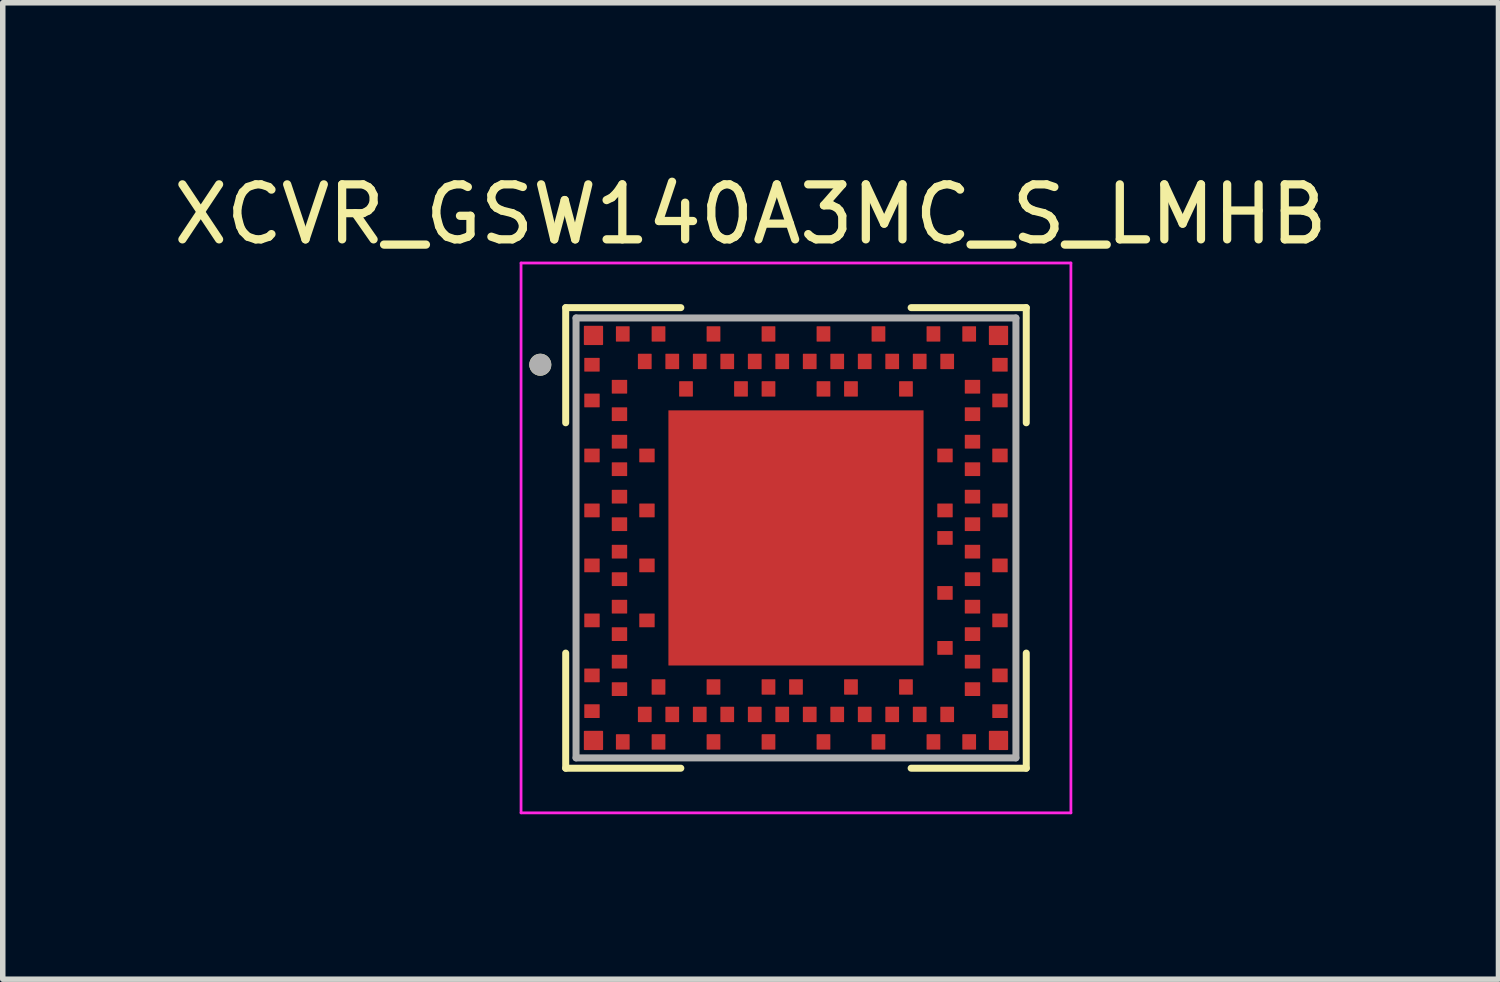
<source format=kicad_pcb>
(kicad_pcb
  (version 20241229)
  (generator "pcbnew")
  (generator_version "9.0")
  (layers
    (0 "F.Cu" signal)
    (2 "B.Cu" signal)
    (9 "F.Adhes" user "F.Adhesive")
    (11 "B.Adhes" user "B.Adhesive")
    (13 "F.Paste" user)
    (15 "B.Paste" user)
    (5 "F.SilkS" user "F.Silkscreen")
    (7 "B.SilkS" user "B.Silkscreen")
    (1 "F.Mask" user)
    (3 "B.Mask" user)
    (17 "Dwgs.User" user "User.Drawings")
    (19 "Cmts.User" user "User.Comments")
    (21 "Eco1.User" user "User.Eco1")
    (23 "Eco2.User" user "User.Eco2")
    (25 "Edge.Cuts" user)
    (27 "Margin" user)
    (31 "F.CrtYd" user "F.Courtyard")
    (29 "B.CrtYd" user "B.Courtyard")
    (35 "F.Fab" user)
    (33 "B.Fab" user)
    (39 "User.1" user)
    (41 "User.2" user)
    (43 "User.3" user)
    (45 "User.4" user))
  (footprint "XCVR_GSW140A3MC_S_LMHB"
    (layer "F.Cu")
    (at 11.426 6.733)
    (property "Reference" "XCVR_GSW140A3MC_S_LMHB" (at -0.825 -5.885 0) (layer "F.SilkS") (effects (font (size 1 1) (thickness 0.15))))
    (attr smd)
    (fp_line (start -4.188 -4.188) (end -4.188 -2.094) (stroke (width 0.127) (type solid)) (layer "F.SilkS"))
    (fp_line (start -4.188 -4.188) (end -2.094 -4.188) (stroke (width 0.127) (type solid)) (layer "F.SilkS"))
    (fp_line (start -4.188 4.188) (end -4.188 2.094) (stroke (width 0.127) (type solid)) (layer "F.SilkS"))
    (fp_line (start -4.188 4.188) (end -2.094 4.188) (stroke (width 0.127) (type solid)) (layer "F.SilkS"))
    (fp_line (start 4.188 -4.188) (end 2.094 -4.188) (stroke (width 0.127) (type solid)) (layer "F.SilkS"))
    (fp_line (start 4.188 -4.188) (end 4.188 -2.094) (stroke (width 0.127) (type solid)) (layer "F.SilkS"))
    (fp_line (start 4.188 4.188) (end 2.094 4.188) (stroke (width 0.127) (type solid)) (layer "F.SilkS"))
    (fp_line (start 4.188 4.188) (end 4.188 2.094) (stroke (width 0.127) (type solid)) (layer "F.SilkS"))
    (fp_circle (center -4.65 -3.15) (end -4.55 -3.15) (stroke (width 0.2) (type solid)) (fill no) (layer "F.SilkS"))
    (fp_circle (center -3.71 -3.15) (end -3.64 -3.15) (stroke (width 0.14) (type solid)) (fill no) (layer "F.Paste"))
    (fp_circle (center -3.71 -2.5) (end -3.64 -2.5) (stroke (width 0.14) (type solid)) (fill no) (layer "F.Paste"))
    (fp_circle (center -3.71 -1.5) (end -3.64 -1.5) (stroke (width 0.14) (type solid)) (fill no) (layer "F.Paste"))
    (fp_circle (center -3.71 -0.5) (end -3.64 -0.5) (stroke (width 0.14) (type solid)) (fill no) (layer "F.Paste"))
    (fp_circle (center -3.71 0.5) (end -3.64 0.5) (stroke (width 0.14) (type solid)) (fill no) (layer "F.Paste"))
    (fp_circle (center -3.71 1.5) (end -3.64 1.5) (stroke (width 0.14) (type solid)) (fill no) (layer "F.Paste"))
    (fp_circle (center -3.71 2.5) (end -3.64 2.5) (stroke (width 0.14) (type solid)) (fill no) (layer "F.Paste"))
    (fp_circle (center -3.71 3.15) (end -3.64 3.15) (stroke (width 0.14) (type solid)) (fill no) (layer "F.Paste"))
    (fp_circle (center -3.683 -3.683) (end -3.591 -3.683) (stroke (width 0.185) (type solid)) (fill no) (layer "F.Paste"))
    (fp_circle (center -3.683 3.683) (end -3.591 3.683) (stroke (width 0.185) (type solid)) (fill no) (layer "F.Paste"))
    (fp_circle (center -3.21 -2.75) (end -3.14 -2.75) (stroke (width 0.14) (type solid)) (fill no) (layer "F.Paste"))
    (fp_circle (center -3.21 -2.25) (end -3.14 -2.25) (stroke (width 0.14) (type solid)) (fill no) (layer "F.Paste"))
    (fp_circle (center -3.21 -1.75) (end -3.14 -1.75) (stroke (width 0.14) (type solid)) (fill no) (layer "F.Paste"))
    (fp_circle (center -3.21 -1.25) (end -3.14 -1.25) (stroke (width 0.14) (type solid)) (fill no) (layer "F.Paste"))
    (fp_circle (center -3.21 -0.75) (end -3.14 -0.75) (stroke (width 0.14) (type solid)) (fill no) (layer "F.Paste"))
    (fp_circle (center -3.21 -0.25) (end -3.14 -0.25) (stroke (width 0.14) (type solid)) (fill no) (layer "F.Paste"))
    (fp_circle (center -3.21 0.25) (end -3.14 0.25) (stroke (width 0.14) (type solid)) (fill no) (layer "F.Paste"))
    (fp_circle (center -3.21 0.75) (end -3.14 0.75) (stroke (width 0.14) (type solid)) (fill no) (layer "F.Paste"))
    (fp_circle (center -3.21 1.25) (end -3.14 1.25) (stroke (width 0.14) (type solid)) (fill no) (layer "F.Paste"))
    (fp_circle (center -3.21 1.75) (end -3.14 1.75) (stroke (width 0.14) (type solid)) (fill no) (layer "F.Paste"))
    (fp_circle (center -3.21 2.25) (end -3.14 2.25) (stroke (width 0.14) (type solid)) (fill no) (layer "F.Paste"))
    (fp_circle (center -3.21 2.75) (end -3.14 2.75) (stroke (width 0.14) (type solid)) (fill no) (layer "F.Paste"))
    (fp_circle (center -3.15 -3.71) (end -3.08 -3.71) (stroke (width 0.14) (type solid)) (fill no) (layer "F.Paste"))
    (fp_circle (center -3.15 3.71) (end -3.08 3.71) (stroke (width 0.14) (type solid)) (fill no) (layer "F.Paste"))
    (fp_circle (center -2.75 -3.21) (end -2.68 -3.21) (stroke (width 0.14) (type solid)) (fill no) (layer "F.Paste"))
    (fp_circle (center -2.75 3.21) (end -2.68 3.21) (stroke (width 0.14) (type solid)) (fill no) (layer "F.Paste"))
    (fp_circle (center -2.71 -1.5) (end -2.64 -1.5) (stroke (width 0.14) (type solid)) (fill no) (layer "F.Paste"))
    (fp_circle (center -2.71 -0.5) (end -2.64 -0.5) (stroke (width 0.14) (type solid)) (fill no) (layer "F.Paste"))
    (fp_circle (center -2.71 0.5) (end -2.64 0.5) (stroke (width 0.14) (type solid)) (fill no) (layer "F.Paste"))
    (fp_circle (center -2.71 1.5) (end -2.64 1.5) (stroke (width 0.14) (type solid)) (fill no) (layer "F.Paste"))
    (fp_circle (center -2.5 -3.71) (end -2.43 -3.71) (stroke (width 0.14) (type solid)) (fill no) (layer "F.Paste"))
    (fp_circle (center -2.5 2.71) (end -2.43 2.71) (stroke (width 0.14) (type solid)) (fill no) (layer "F.Paste"))
    (fp_circle (center -2.5 3.71) (end -2.43 3.71) (stroke (width 0.14) (type solid)) (fill no) (layer "F.Paste"))
    (fp_circle (center -2.25 -3.21) (end -2.18 -3.21) (stroke (width 0.14) (type solid)) (fill no) (layer "F.Paste"))
    (fp_circle (center -2.25 3.21) (end -2.18 3.21) (stroke (width 0.14) (type solid)) (fill no) (layer "F.Paste"))
    (fp_circle (center -2 -2.71) (end -1.93 -2.71) (stroke (width 0.14) (type solid)) (fill no) (layer "F.Paste"))
    (fp_circle (center -1.75 -3.21) (end -1.68 -3.21) (stroke (width 0.14) (type solid)) (fill no) (layer "F.Paste"))
    (fp_circle (center -1.75 3.21) (end -1.68 3.21) (stroke (width 0.14) (type solid)) (fill no) (layer "F.Paste"))
    (fp_circle (center -1.5 -3.71) (end -1.43 -3.71) (stroke (width 0.14) (type solid)) (fill no) (layer "F.Paste"))
    (fp_circle (center -1.5 2.71) (end -1.43 2.71) (stroke (width 0.14) (type solid)) (fill no) (layer "F.Paste"))
    (fp_circle (center -1.5 3.71) (end -1.43 3.71) (stroke (width 0.14) (type solid)) (fill no) (layer "F.Paste"))
    (fp_circle (center -1.25 -3.21) (end -1.18 -3.21) (stroke (width 0.14) (type solid)) (fill no) (layer "F.Paste"))
    (fp_circle (center -1.25 3.21) (end -1.18 3.21) (stroke (width 0.14) (type solid)) (fill no) (layer "F.Paste"))
    (fp_circle (center -1 -2.71) (end -0.93 -2.71) (stroke (width 0.14) (type solid)) (fill no) (layer "F.Paste"))
    (fp_circle (center -0.75 -3.21) (end -0.68 -3.21) (stroke (width 0.14) (type solid)) (fill no) (layer "F.Paste"))
    (fp_circle (center -0.75 3.21) (end -0.68 3.21) (stroke (width 0.14) (type solid)) (fill no) (layer "F.Paste"))
    (fp_circle (center -0.5 -3.71) (end -0.43 -3.71) (stroke (width 0.14) (type solid)) (fill no) (layer "F.Paste"))
    (fp_circle (center -0.5 -2.71) (end -0.43 -2.71) (stroke (width 0.14) (type solid)) (fill no) (layer "F.Paste"))
    (fp_circle (center -0.5 2.71) (end -0.43 2.71) (stroke (width 0.14) (type solid)) (fill no) (layer "F.Paste"))
    (fp_circle (center -0.5 3.71) (end -0.43 3.71) (stroke (width 0.14) (type solid)) (fill no) (layer "F.Paste"))
    (fp_circle (center -0.25 -3.21) (end -0.18 -3.21) (stroke (width 0.14) (type solid)) (fill no) (layer "F.Paste"))
    (fp_circle (center -0.25 3.21) (end -0.18 3.21) (stroke (width 0.14) (type solid)) (fill no) (layer "F.Paste"))
    (fp_circle (center 0 2.71) (end 0.07 2.71) (stroke (width 0.14) (type solid)) (fill no) (layer "F.Paste"))
    (fp_circle (center 0.25 -3.21) (end 0.32 -3.21) (stroke (width 0.14) (type solid)) (fill no) (layer "F.Paste"))
    (fp_circle (center 0.25 3.21) (end 0.32 3.21) (stroke (width 0.14) (type solid)) (fill no) (layer "F.Paste"))
    (fp_circle (center 0.5 -3.71) (end 0.57 -3.71) (stroke (width 0.14) (type solid)) (fill no) (layer "F.Paste"))
    (fp_circle (center 0.5 -2.71) (end 0.57 -2.71) (stroke (width 0.14) (type solid)) (fill no) (layer "F.Paste"))
    (fp_circle (center 0.5 3.71) (end 0.57 3.71) (stroke (width 0.14) (type solid)) (fill no) (layer "F.Paste"))
    (fp_circle (center 0.75 -3.21) (end 0.82 -3.21) (stroke (width 0.14) (type solid)) (fill no) (layer "F.Paste"))
    (fp_circle (center 0.75 3.21) (end 0.82 3.21) (stroke (width 0.14) (type solid)) (fill no) (layer "F.Paste"))
    (fp_circle (center 1 -2.71) (end 1.07 -2.71) (stroke (width 0.14) (type solid)) (fill no) (layer "F.Paste"))
    (fp_circle (center 1 2.71) (end 1.07 2.71) (stroke (width 0.14) (type solid)) (fill no) (layer "F.Paste"))
    (fp_circle (center 1.25 -3.21) (end 1.32 -3.21) (stroke (width 0.14) (type solid)) (fill no) (layer "F.Paste"))
    (fp_circle (center 1.25 3.21) (end 1.32 3.21) (stroke (width 0.14) (type solid)) (fill no) (layer "F.Paste"))
    (fp_circle (center 1.5 -3.71) (end 1.57 -3.71) (stroke (width 0.14) (type solid)) (fill no) (layer "F.Paste"))
    (fp_circle (center 1.5 3.71) (end 1.57 3.71) (stroke (width 0.14) (type solid)) (fill no) (layer "F.Paste"))
    (fp_circle (center 1.75 -3.21) (end 1.82 -3.21) (stroke (width 0.14) (type solid)) (fill no) (layer "F.Paste"))
    (fp_circle (center 1.75 3.21) (end 1.82 3.21) (stroke (width 0.14) (type solid)) (fill no) (layer "F.Paste"))
    (fp_circle (center 2 -2.71) (end 2.07 -2.71) (stroke (width 0.14) (type solid)) (fill no) (layer "F.Paste"))
    (fp_circle (center 2 2.71) (end 2.07 2.71) (stroke (width 0.14) (type solid)) (fill no) (layer "F.Paste"))
    (fp_circle (center 2.25 -3.21) (end 2.32 -3.21) (stroke (width 0.14) (type solid)) (fill no) (layer "F.Paste"))
    (fp_circle (center 2.25 3.21) (end 2.32 3.21) (stroke (width 0.14) (type solid)) (fill no) (layer "F.Paste"))
    (fp_circle (center 2.5 -3.71) (end 2.57 -3.71) (stroke (width 0.14) (type solid)) (fill no) (layer "F.Paste"))
    (fp_circle (center 2.5 3.71) (end 2.57 3.71) (stroke (width 0.14) (type solid)) (fill no) (layer "F.Paste"))
    (fp_circle (center 2.71 -1.5) (end 2.78 -1.5) (stroke (width 0.14) (type solid)) (fill no) (layer "F.Paste"))
    (fp_circle (center 2.71 -0.5) (end 2.78 -0.5) (stroke (width 0.14) (type solid)) (fill no) (layer "F.Paste"))
    (fp_circle (center 2.71 0) (end 2.78 0) (stroke (width 0.14) (type solid)) (fill no) (layer "F.Paste"))
    (fp_circle (center 2.71 1) (end 2.78 1) (stroke (width 0.14) (type solid)) (fill no) (layer "F.Paste"))
    (fp_circle (center 2.71 2) (end 2.78 2) (stroke (width 0.14) (type solid)) (fill no) (layer "F.Paste"))
    (fp_circle (center 2.75 -3.21) (end 2.82 -3.21) (stroke (width 0.14) (type solid)) (fill no) (layer "F.Paste"))
    (fp_circle (center 2.75 3.21) (end 2.82 3.21) (stroke (width 0.14) (type solid)) (fill no) (layer "F.Paste"))
    (fp_circle (center 3.15 -3.71) (end 3.22 -3.71) (stroke (width 0.14) (type solid)) (fill no) (layer "F.Paste"))
    (fp_circle (center 3.15 3.71) (end 3.22 3.71) (stroke (width 0.14) (type solid)) (fill no) (layer "F.Paste"))
    (fp_circle (center 3.21 -2.75) (end 3.28 -2.75) (stroke (width 0.14) (type solid)) (fill no) (layer "F.Paste"))
    (fp_circle (center 3.21 -2.25) (end 3.28 -2.25) (stroke (width 0.14) (type solid)) (fill no) (layer "F.Paste"))
    (fp_circle (center 3.21 -1.75) (end 3.28 -1.75) (stroke (width 0.14) (type solid)) (fill no) (layer "F.Paste"))
    (fp_circle (center 3.21 -1.25) (end 3.28 -1.25) (stroke (width 0.14) (type solid)) (fill no) (layer "F.Paste"))
    (fp_circle (center 3.21 -0.75) (end 3.28 -0.75) (stroke (width 0.14) (type solid)) (fill no) (layer "F.Paste"))
    (fp_circle (center 3.21 -0.25) (end 3.28 -0.25) (stroke (width 0.14) (type solid)) (fill no) (layer "F.Paste"))
    (fp_circle (center 3.21 0.25) (end 3.28 0.25) (stroke (width 0.14) (type solid)) (fill no) (layer "F.Paste"))
    (fp_circle (center 3.21 0.75) (end 3.28 0.75) (stroke (width 0.14) (type solid)) (fill no) (layer "F.Paste"))
    (fp_circle (center 3.21 1.25) (end 3.28 1.25) (stroke (width 0.14) (type solid)) (fill no) (layer "F.Paste"))
    (fp_circle (center 3.21 1.75) (end 3.28 1.75) (stroke (width 0.14) (type solid)) (fill no) (layer "F.Paste"))
    (fp_circle (center 3.21 2.25) (end 3.28 2.25) (stroke (width 0.14) (type solid)) (fill no) (layer "F.Paste"))
    (fp_circle (center 3.21 2.75) (end 3.28 2.75) (stroke (width 0.14) (type solid)) (fill no) (layer "F.Paste"))
    (fp_circle (center 3.683 -3.683) (end 3.776 -3.683) (stroke (width 0.185) (type solid)) (fill no) (layer "F.Paste"))
    (fp_circle (center 3.683 3.683) (end 3.776 3.683) (stroke (width 0.185) (type solid)) (fill no) (layer "F.Paste"))
    (fp_circle (center 3.71 -3.15) (end 3.78 -3.15) (stroke (width 0.14) (type solid)) (fill no) (layer "F.Paste"))
    (fp_circle (center 3.71 -2.5) (end 3.78 -2.5) (stroke (width 0.14) (type solid)) (fill no) (layer "F.Paste"))
    (fp_circle (center 3.71 -1.5) (end 3.78 -1.5) (stroke (width 0.14) (type solid)) (fill no) (layer "F.Paste"))
    (fp_circle (center 3.71 -0.5) (end 3.78 -0.5) (stroke (width 0.14) (type solid)) (fill no) (layer "F.Paste"))
    (fp_circle (center 3.71 0.5) (end 3.78 0.5) (stroke (width 0.14) (type solid)) (fill no) (layer "F.Paste"))
    (fp_circle (center 3.71 1.5) (end 3.78 1.5) (stroke (width 0.14) (type solid)) (fill no) (layer "F.Paste"))
    (fp_circle (center 3.71 2.5) (end 3.78 2.5) (stroke (width 0.14) (type solid)) (fill no) (layer "F.Paste"))
    (fp_circle (center 3.71 3.15) (end 3.78 3.15) (stroke (width 0.14) (type solid)) (fill no) (layer "F.Paste"))
    (fp_poly (pts (xy -2.045 -2.045) (xy -0.895 -2.045) (xy -0.895 -0.895) (xy -2.045 -0.895)) (stroke (width 0.01) (type solid)) (fill yes) (layer "F.Paste"))
    (fp_poly (pts (xy -2.045 -0.575) (xy -0.895 -0.575) (xy -0.895 0.575) (xy -2.045 0.575)) (stroke (width 0.01) (type solid)) (fill yes) (layer "F.Paste"))
    (fp_poly (pts (xy -2.045 0.895) (xy -0.895 0.895) (xy -0.895 2.045) (xy -2.045 2.045)) (stroke (width 0.01) (type solid)) (fill yes) (layer "F.Paste"))
    (fp_poly (pts (xy -0.575 -2.045) (xy 0.575 -2.045) (xy 0.575 -0.895) (xy -0.575 -0.895)) (stroke (width 0.01) (type solid)) (fill yes) (layer "F.Paste"))
    (fp_poly (pts (xy -0.575 -0.575) (xy 0.575 -0.575) (xy 0.575 0.575) (xy -0.575 0.575)) (stroke (width 0.01) (type solid)) (fill yes) (layer "F.Paste"))
    (fp_poly (pts (xy -0.575 0.895) (xy 0.575 0.895) (xy 0.575 2.045) (xy -0.575 2.045)) (stroke (width 0.01) (type solid)) (fill yes) (layer "F.Paste"))
    (fp_poly (pts (xy 0.895 -2.045) (xy 2.045 -2.045) (xy 2.045 -0.895) (xy 0.895 -0.895)) (stroke (width 0.01) (type solid)) (fill yes) (layer "F.Paste"))
    (fp_poly (pts (xy 0.895 -0.575) (xy 2.045 -0.575) (xy 2.045 0.575) (xy 0.895 0.575)) (stroke (width 0.01) (type solid)) (fill yes) (layer "F.Paste"))
    (fp_poly (pts (xy 0.895 0.895) (xy 2.045 0.895) (xy 2.045 2.045) (xy 0.895 2.045)) (stroke (width 0.01) (type solid)) (fill yes) (layer "F.Paste"))
    (fp_line (start -5 -5) (end -5 5) (stroke (width 0.05) (type solid)) (layer "F.CrtYd"))
    (fp_line (start -5 5) (end 5 5) (stroke (width 0.05) (type solid)) (layer "F.CrtYd"))
    (fp_line (start 5 -5) (end -5 -5) (stroke (width 0.05) (type solid)) (layer "F.CrtYd"))
    (fp_line (start 5 5) (end 5 -5) (stroke (width 0.05) (type solid)) (layer "F.CrtYd"))
    (fp_line (start -4 -4) (end 4 -4) (stroke (width 0.127) (type solid)) (layer "F.Fab"))
    (fp_line (start -4 4) (end -4 -4) (stroke (width 0.127) (type solid)) (layer "F.Fab"))
    (fp_line (start 4 -4) (end 4 4) (stroke (width 0.127) (type solid)) (layer "F.Fab"))
    (fp_line (start 4 4) (end -4 4) (stroke (width 0.127) (type solid)) (layer "F.Fab"))
    (fp_circle (center -4.65 -3.15) (end -4.55 -3.15) (stroke (width 0.2) (type solid)) (fill no) (layer "F.Fab"))
    (pad "A1" smd roundrect (at -3.71 -3.15) (size 0.28 0.25) (layers "F.Cu" "F.Mask") (roundrect_rratio 0.03))
    (pad "A2" smd roundrect (at -3.71 -2.5) (size 0.28 0.25) (layers "F.Cu" "F.Mask") (roundrect_rratio 0.03))
    (pad "A4" smd roundrect (at -3.71 -1.5) (size 0.28 0.25) (layers "F.Cu" "F.Mask") (roundrect_rratio 0.03))
    (pad "A6" smd roundrect (at -3.71 -0.5) (size 0.28 0.25) (layers "F.Cu" "F.Mask") (roundrect_rratio 0.03))
    (pad "A8" smd roundrect (at -3.71 0.5) (size 0.28 0.25) (layers "F.Cu" "F.Mask") (roundrect_rratio 0.03))
    (pad "A10" smd roundrect (at -3.71 1.5) (size 0.28 0.25) (layers "F.Cu" "F.Mask") (roundrect_rratio 0.03))
    (pad "A12" smd roundrect (at -3.71 2.5) (size 0.28 0.25) (layers "F.Cu" "F.Mask") (roundrect_rratio 0.03))
    (pad "A13" smd roundrect (at -3.71 3.15) (size 0.28 0.25) (layers "F.Cu" "F.Mask") (roundrect_rratio 0.03))
    (pad "A14" smd roundrect (at -3.15 3.71) (size 0.25 0.28) (layers "F.Cu" "F.Mask") (roundrect_rratio 0.04))
    (pad "A15" smd roundrect (at -2.5 3.71) (size 0.25 0.28) (layers "F.Cu" "F.Mask") (roundrect_rratio 0.04))
    (pad "A17" smd roundrect (at -1.5 3.71) (size 0.25 0.28) (layers "F.Cu" "F.Mask") (roundrect_rratio 0.04))
    (pad "A19" smd roundrect (at -0.5 3.71) (size 0.25 0.28) (layers "F.Cu" "F.Mask") (roundrect_rratio 0.04))
    (pad "A21" smd roundrect (at 0.5 3.71) (size 0.25 0.28) (layers "F.Cu" "F.Mask") (roundrect_rratio 0.04))
    (pad "A23" smd roundrect (at 1.5 3.71) (size 0.25 0.28) (layers "F.Cu" "F.Mask") (roundrect_rratio 0.04))
    (pad "A25" smd roundrect (at 2.5 3.71) (size 0.25 0.28) (layers "F.Cu" "F.Mask") (roundrect_rratio 0.04))
    (pad "A26" smd roundrect (at 3.15 3.71) (size 0.25 0.28) (layers "F.Cu" "F.Mask") (roundrect_rratio 0.04))
    (pad "A27" smd roundrect (at 3.71 3.15) (size 0.28 0.25) (layers "F.Cu" "F.Mask") (roundrect_rratio 0.03))
    (pad "A28" smd roundrect (at 3.71 2.5) (size 0.28 0.25) (layers "F.Cu" "F.Mask") (roundrect_rratio 0.03))
    (pad "A30" smd roundrect (at 3.71 1.5) (size 0.28 0.25) (layers "F.Cu" "F.Mask") (roundrect_rratio 0.03))
    (pad "A32" smd roundrect (at 3.71 0.5) (size 0.28 0.25) (layers "F.Cu" "F.Mask") (roundrect_rratio 0.03))
    (pad "A34" smd roundrect (at 3.71 -0.5) (size 0.28 0.25) (layers "F.Cu" "F.Mask") (roundrect_rratio 0.03))
    (pad "A36" smd roundrect (at 3.71 -1.5) (size 0.28 0.25) (layers "F.Cu" "F.Mask") (roundrect_rratio 0.03))
    (pad "A38" smd roundrect (at 3.71 -2.5) (size 0.28 0.25) (layers "F.Cu" "F.Mask") (roundrect_rratio 0.03))
    (pad "A39" smd roundrect (at 3.71 -3.15) (size 0.28 0.25) (layers "F.Cu" "F.Mask") (roundrect_rratio 0.03))
    (pad "A40" smd roundrect (at 3.15 -3.71) (size 0.25 0.28) (layers "F.Cu" "F.Mask") (roundrect_rratio 0.04))
    (pad "A41" smd roundrect (at 2.5 -3.71) (size 0.25 0.28) (layers "F.Cu" "F.Mask") (roundrect_rratio 0.04))
    (pad "A43" smd roundrect (at 1.5 -3.71) (size 0.25 0.28) (layers "F.Cu" "F.Mask") (roundrect_rratio 0.04))
    (pad "A45" smd roundrect (at 0.5 -3.71) (size 0.25 0.28) (layers "F.Cu" "F.Mask") (roundrect_rratio 0.04))
    (pad "A47" smd roundrect (at -0.5 -3.71) (size 0.25 0.28) (layers "F.Cu" "F.Mask") (roundrect_rratio 0.04))
    (pad "A49" smd roundrect (at -1.5 -3.71) (size 0.25 0.28) (layers "F.Cu" "F.Mask") (roundrect_rratio 0.04))
    (pad "A51" smd roundrect (at -2.5 -3.71) (size 0.25 0.28) (layers "F.Cu" "F.Mask") (roundrect_rratio 0.04))
    (pad "A52" smd roundrect (at -3.15 -3.71) (size 0.25 0.28) (layers "F.Cu" "F.Mask") (roundrect_rratio 0.04))
    (pad "B1" smd roundrect (at -3.21 -2.75) (size 0.28 0.25) (layers "F.Cu" "F.Mask") (roundrect_rratio 0.03))
    (pad "B2" smd roundrect (at -3.21 -2.25) (size 0.28 0.25) (layers "F.Cu" "F.Mask") (roundrect_rratio 0.03))
    (pad "B3" smd roundrect (at -3.21 -1.75) (size 0.28 0.25) (layers "F.Cu" "F.Mask") (roundrect_rratio 0.03))
    (pad "B4" smd roundrect (at -3.21 -1.25) (size 0.28 0.25) (layers "F.Cu" "F.Mask") (roundrect_rratio 0.03))
    (pad "B5" smd roundrect (at -3.21 -0.75) (size 0.28 0.25) (layers "F.Cu" "F.Mask") (roundrect_rratio 0.03))
    (pad "B6" smd roundrect (at -3.21 -0.25) (size 0.28 0.25) (layers "F.Cu" "F.Mask") (roundrect_rratio 0.03))
    (pad "B7" smd roundrect (at -3.21 0.25) (size 0.28 0.25) (layers "F.Cu" "F.Mask") (roundrect_rratio 0.03))
    (pad "B8" smd roundrect (at -3.21 0.75) (size 0.28 0.25) (layers "F.Cu" "F.Mask") (roundrect_rratio 0.03))
    (pad "B9" smd roundrect (at -3.21 1.25) (size 0.28 0.25) (layers "F.Cu" "F.Mask") (roundrect_rratio 0.03))
    (pad "B10" smd roundrect (at -3.21 1.75) (size 0.28 0.25) (layers "F.Cu" "F.Mask") (roundrect_rratio 0.03))
    (pad "B11" smd roundrect (at -3.21 2.25) (size 0.28 0.25) (layers "F.Cu" "F.Mask") (roundrect_rratio 0.03))
    (pad "B12" smd roundrect (at -3.21 2.75) (size 0.28 0.25) (layers "F.Cu" "F.Mask") (roundrect_rratio 0.03))
    (pad "B13" smd roundrect (at -2.75 3.21) (size 0.25 0.28) (layers "F.Cu" "F.Mask") (roundrect_rratio 0.04))
    (pad "B14" smd roundrect (at -2.25 3.21) (size 0.25 0.28) (layers "F.Cu" "F.Mask") (roundrect_rratio 0.04))
    (pad "B15" smd roundrect (at -1.75 3.21) (size 0.25 0.28) (layers "F.Cu" "F.Mask") (roundrect_rratio 0.04))
    (pad "B16" smd roundrect (at -1.25 3.21) (size 0.25 0.28) (layers "F.Cu" "F.Mask") (roundrect_rratio 0.04))
    (pad "B17" smd roundrect (at -0.75 3.21) (size 0.25 0.28) (layers "F.Cu" "F.Mask") (roundrect_rratio 0.04))
    (pad "B18" smd roundrect (at -0.25 3.21) (size 0.25 0.28) (layers "F.Cu" "F.Mask") (roundrect_rratio 0.04))
    (pad "B19" smd roundrect (at 0.25 3.21) (size 0.25 0.28) (layers "F.Cu" "F.Mask") (roundrect_rratio 0.04))
    (pad "B20" smd roundrect (at 0.75 3.21) (size 0.25 0.28) (layers "F.Cu" "F.Mask") (roundrect_rratio 0.04))
    (pad "B21" smd roundrect (at 1.25 3.21) (size 0.25 0.28) (layers "F.Cu" "F.Mask") (roundrect_rratio 0.04))
    (pad "B22" smd roundrect (at 1.75 3.21) (size 0.25 0.28) (layers "F.Cu" "F.Mask") (roundrect_rratio 0.04))
    (pad "B23" smd roundrect (at 2.25 3.21) (size 0.25 0.28) (layers "F.Cu" "F.Mask") (roundrect_rratio 0.04))
    (pad "B24" smd roundrect (at 2.75 3.21) (size 0.25 0.28) (layers "F.Cu" "F.Mask") (roundrect_rratio 0.04))
    (pad "B25" smd roundrect (at 3.21 2.75) (size 0.28 0.25) (layers "F.Cu" "F.Mask") (roundrect_rratio 0.03))
    (pad "B26" smd roundrect (at 3.21 2.25) (size 0.28 0.25) (layers "F.Cu" "F.Mask") (roundrect_rratio 0.03))
    (pad "B27" smd roundrect (at 3.21 1.75) (size 0.28 0.25) (layers "F.Cu" "F.Mask") (roundrect_rratio 0.03))
    (pad "B28" smd roundrect (at 3.21 1.25) (size 0.28 0.25) (layers "F.Cu" "F.Mask") (roundrect_rratio 0.03))
    (pad "B29" smd roundrect (at 3.21 0.75) (size 0.28 0.25) (layers "F.Cu" "F.Mask") (roundrect_rratio 0.03))
    (pad "B30" smd roundrect (at 3.21 0.25) (size 0.28 0.25) (layers "F.Cu" "F.Mask") (roundrect_rratio 0.03))
    (pad "B31" smd roundrect (at 3.21 -0.25) (size 0.28 0.25) (layers "F.Cu" "F.Mask") (roundrect_rratio 0.03))
    (pad "B32" smd roundrect (at 3.21 -0.75) (size 0.28 0.25) (layers "F.Cu" "F.Mask") (roundrect_rratio 0.03))
    (pad "B33" smd roundrect (at 3.21 -1.25) (size 0.28 0.25) (layers "F.Cu" "F.Mask") (roundrect_rratio 0.03))
    (pad "B34" smd roundrect (at 3.21 -1.75) (size 0.28 0.25) (layers "F.Cu" "F.Mask") (roundrect_rratio 0.03))
    (pad "B35" smd roundrect (at 3.21 -2.25) (size 0.28 0.25) (layers "F.Cu" "F.Mask") (roundrect_rratio 0.03))
    (pad "B36" smd roundrect (at 3.21 -2.75) (size 0.28 0.25) (layers "F.Cu" "F.Mask") (roundrect_rratio 0.03))
    (pad "B37" smd roundrect (at 2.75 -3.21) (size 0.25 0.28) (layers "F.Cu" "F.Mask") (roundrect_rratio 0.04))
    (pad "B38" smd roundrect (at 2.25 -3.21) (size 0.25 0.28) (layers "F.Cu" "F.Mask") (roundrect_rratio 0.04))
    (pad "B39" smd roundrect (at 1.75 -3.21) (size 0.25 0.28) (layers "F.Cu" "F.Mask") (roundrect_rratio 0.04))
    (pad "B40" smd roundrect (at 1.25 -3.21) (size 0.25 0.28) (layers "F.Cu" "F.Mask") (roundrect_rratio 0.04))
    (pad "B41" smd roundrect (at 0.75 -3.21) (size 0.25 0.28) (layers "F.Cu" "F.Mask") (roundrect_rratio 0.04))
    (pad "B42" smd roundrect (at 0.25 -3.21) (size 0.25 0.28) (layers "F.Cu" "F.Mask") (roundrect_rratio 0.04))
    (pad "B43" smd roundrect (at -0.25 -3.21) (size 0.25 0.28) (layers "F.Cu" "F.Mask") (roundrect_rratio 0.04))
    (pad "B44" smd roundrect (at -0.75 -3.21) (size 0.25 0.28) (layers "F.Cu" "F.Mask") (roundrect_rratio 0.04))
    (pad "B45" smd roundrect (at -1.25 -3.21) (size 0.25 0.28) (layers "F.Cu" "F.Mask") (roundrect_rratio 0.04))
    (pad "B46" smd roundrect (at -1.75 -3.21) (size 0.25 0.28) (layers "F.Cu" "F.Mask") (roundrect_rratio 0.04))
    (pad "B47" smd roundrect (at -2.25 -3.21) (size 0.25 0.28) (layers "F.Cu" "F.Mask") (roundrect_rratio 0.04))
    (pad "B48" smd roundrect (at -2.75 -3.21) (size 0.25 0.28) (layers "F.Cu" "F.Mask") (roundrect_rratio 0.04))
    (pad "C2" smd roundrect (at -2.71 -1.5) (size 0.28 0.25) (layers "F.Cu" "F.Mask") (roundrect_rratio 0.03))
    (pad "C4" smd roundrect (at -2.71 -0.5) (size 0.28 0.25) (layers "F.Cu" "F.Mask") (roundrect_rratio 0.03))
    (pad "C6" smd roundrect (at -2.71 0.5) (size 0.28 0.25) (layers "F.Cu" "F.Mask") (roundrect_rratio 0.03))
    (pad "C8" smd roundrect (at -2.71 1.5) (size 0.28 0.25) (layers "F.Cu" "F.Mask") (roundrect_rratio 0.03))
    (pad "C10" smd roundrect (at -2.5 2.71) (size 0.25 0.28) (layers "F.Cu" "F.Mask") (roundrect_rratio 0.04))
    (pad "C12" smd roundrect (at -1.5 2.71) (size 0.25 0.28) (layers "F.Cu" "F.Mask") (roundrect_rratio 0.04))
    (pad "C14" smd roundrect (at -0.5 2.71) (size 0.25 0.28) (layers "F.Cu" "F.Mask") (roundrect_rratio 0.04))
    (pad "C15" smd roundrect (at 0 2.71) (size 0.25 0.28) (layers "F.Cu" "F.Mask") (roundrect_rratio 0.04))
    (pad "C17" smd roundrect (at 1 2.71) (size 0.25 0.28) (layers "F.Cu" "F.Mask") (roundrect_rratio 0.04))
    (pad "C19" smd roundrect (at 2 2.71) (size 0.25 0.28) (layers "F.Cu" "F.Mask") (roundrect_rratio 0.04))
    (pad "C21" smd roundrect (at 2.71 2) (size 0.28 0.25) (layers "F.Cu" "F.Mask") (roundrect_rratio 0.03))
    (pad "C23" smd roundrect (at 2.71 1) (size 0.28 0.25) (layers "F.Cu" "F.Mask") (roundrect_rratio 0.03))
    (pad "C25" smd roundrect (at 2.71 0) (size 0.28 0.25) (layers "F.Cu" "F.Mask") (roundrect_rratio 0.03))
    (pad "C26" smd roundrect (at 2.71 -0.5) (size 0.28 0.25) (layers "F.Cu" "F.Mask") (roundrect_rratio 0.03))
    (pad "C28" smd roundrect (at 2.71 -1.5) (size 0.28 0.25) (layers "F.Cu" "F.Mask") (roundrect_rratio 0.03))
    (pad "C31" smd roundrect (at 2 -2.71) (size 0.25 0.28) (layers "F.Cu" "F.Mask") (roundrect_rratio 0.04))
    (pad "C33" smd roundrect (at 1 -2.71) (size 0.25 0.28) (layers "F.Cu" "F.Mask") (roundrect_rratio 0.04))
    (pad "C34" smd roundrect (at 0.5 -2.71) (size 0.25 0.28) (layers "F.Cu" "F.Mask") (roundrect_rratio 0.04))
    (pad "C36" smd roundrect (at -0.5 -2.71) (size 0.25 0.28) (layers "F.Cu" "F.Mask") (roundrect_rratio 0.04))
    (pad "C37" smd roundrect (at -1 -2.71) (size 0.25 0.28) (layers "F.Cu" "F.Mask") (roundrect_rratio 0.04))
    (pad "C39" smd roundrect (at -2 -2.71) (size 0.25 0.28) (layers "F.Cu" "F.Mask") (roundrect_rratio 0.04))
    (pad "D1" smd roundrect (at -3.683 -3.683) (size 0.35 0.35) (layers "F.Cu" "F.Mask") (roundrect_rratio 0.04))
    (pad "D2" smd roundrect (at -3.683 3.683) (size 0.35 0.35) (layers "F.Cu" "F.Mask") (roundrect_rratio 0.04))
    (pad "D3" smd roundrect (at 3.683 3.683) (size 0.35 0.35) (layers "F.Cu" "F.Mask") (roundrect_rratio 0.04))
    (pad "D4" smd roundrect (at 3.683 -3.683) (size 0.35 0.35) (layers "F.Cu" "F.Mask") (roundrect_rratio 0.04))
    (pad "EPAD" smd rect (at 0 0) (size 4.64 4.64) (layers "F.Cu" "F.Mask")))
  (gr_rect
    (start -3 -3)
    (end 24.202 14.758)
    (stroke (width 0.1) (type default))
    (fill no)
    (layer "Edge.Cuts")))
</source>
